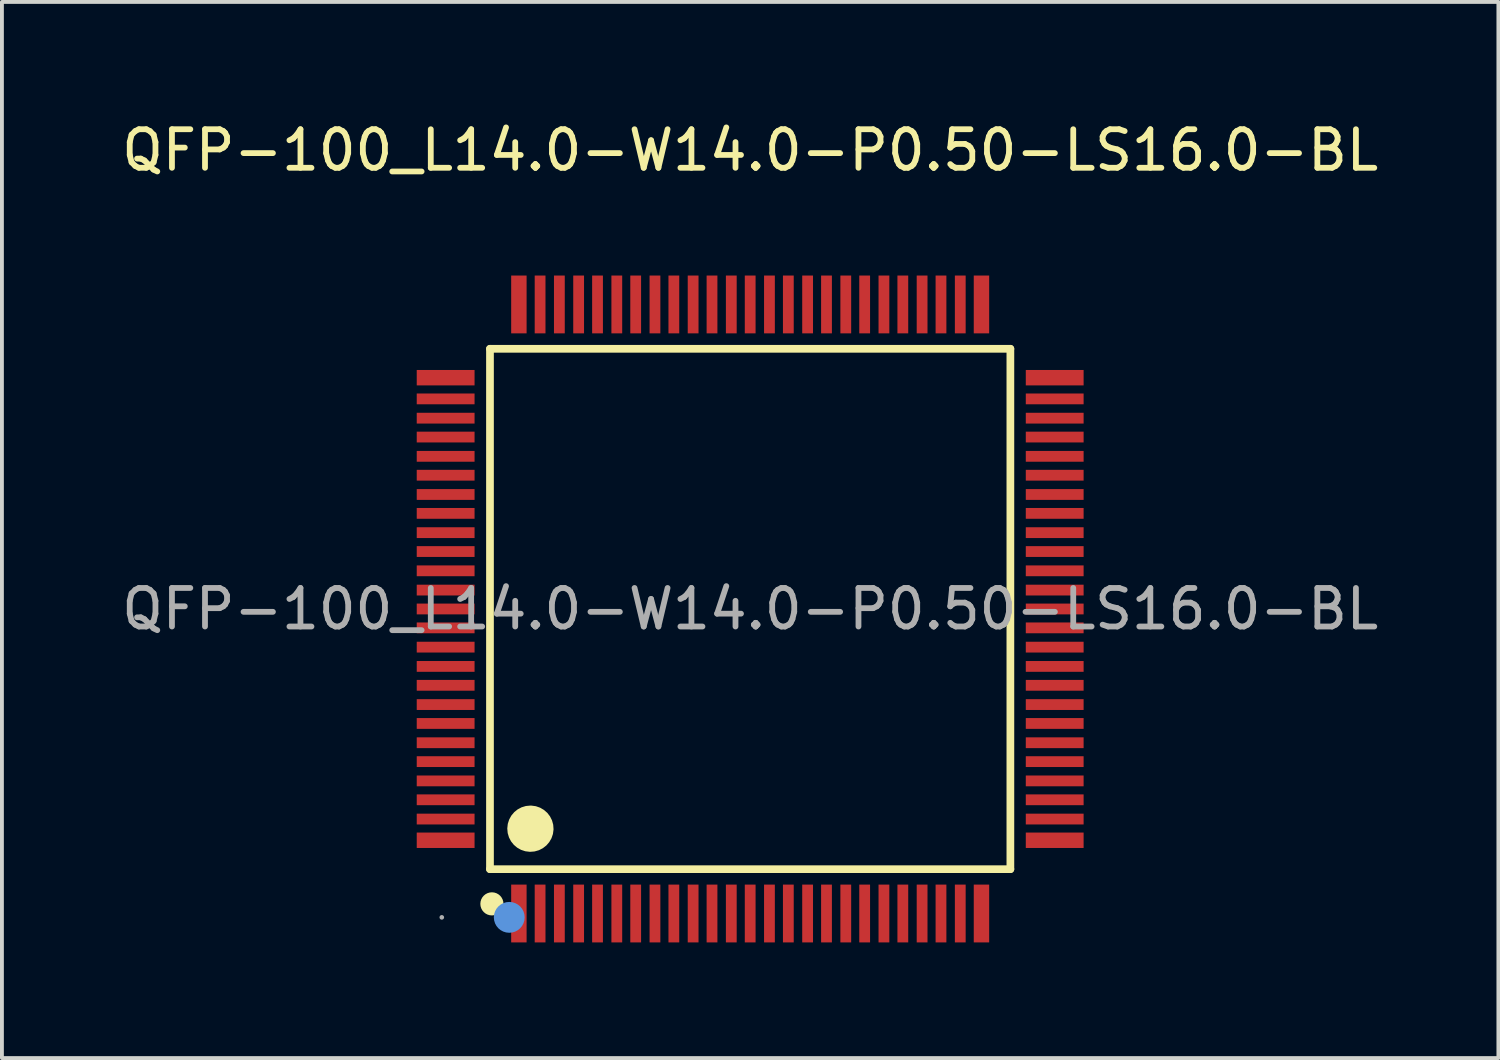
<source format=kicad_pcb>
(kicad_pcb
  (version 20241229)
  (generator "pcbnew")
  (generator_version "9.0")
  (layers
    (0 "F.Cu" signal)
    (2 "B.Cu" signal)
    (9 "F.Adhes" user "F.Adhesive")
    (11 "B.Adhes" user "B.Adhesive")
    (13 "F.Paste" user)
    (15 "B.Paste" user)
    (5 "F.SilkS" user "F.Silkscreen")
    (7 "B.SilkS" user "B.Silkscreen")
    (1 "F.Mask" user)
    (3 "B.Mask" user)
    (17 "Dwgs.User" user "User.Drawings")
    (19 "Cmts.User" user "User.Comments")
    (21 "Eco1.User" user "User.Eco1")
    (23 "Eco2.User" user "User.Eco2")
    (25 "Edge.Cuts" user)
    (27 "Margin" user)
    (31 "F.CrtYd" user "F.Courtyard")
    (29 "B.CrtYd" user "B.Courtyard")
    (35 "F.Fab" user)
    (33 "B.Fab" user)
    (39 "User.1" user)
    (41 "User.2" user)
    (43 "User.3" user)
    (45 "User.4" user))
  (footprint "QFP-100_L14.0-W14.0-P0.50-LS16.0-BL"
    (layer "F.Cu")
    (at 16.411 12.748)
    (property "Reference" "QFP-100_L14.0-W14.0-P0.50-LS16.0-BL" (at 0 -11.9 0) (layer "F.SilkS") (effects (font (size 1 1) (thickness 0.15))))
    (attr through_hole)
    (fp_line (start -6.75 -6.75) (end -6.75 6.75) (stroke (width 0.2) (type solid)) (layer "F.SilkS"))
    (fp_line (start -6.75 6.75) (end 6.75 6.75) (stroke (width 0.2) (type solid)) (layer "F.SilkS"))
    (fp_line (start 6.75 -6.75) (end -6.75 -6.75) (stroke (width 0.2) (type solid)) (layer "F.SilkS"))
    (fp_line (start 6.75 6.75) (end 6.75 -6.75) (stroke (width 0.2) (type solid)) (layer "F.SilkS"))
    (fp_arc (start -6.7 7.65) (mid -6.7 7.65) (end -6.7 7.65) (stroke (width 0.3) (type solid)) (layer "F.SilkS"))
    (fp_arc (start -5.69 5.4) (mid -5.704999 6.000125) (end -5.700004 5.399833) (stroke (width 0.6) (type solid)) (layer "F.SilkS"))
    (fp_circle (center -6.25 8) (end -6.05 8) (stroke (width 0.4) (type solid)) (fill no) (layer "Cmts.User"))
    (fp_circle (center -8 8) (end -7.97 8) (stroke (width 0.06) (type solid)) (fill no) (layer "F.Fab"))
    (fp_text user "${REFERENCE}" (at 0 0 0) (layer "F.Fab") (effects (font (size 1 1) (thickness 0.15))))
    (pad "1" smd rect (at -6 7.9 180) (size 0.4 1.5) (layers "F.Cu" "F.Mask" "F.Paste"))
    (pad "2" smd rect (at -5.45 7.9 180) (size 0.28 1.5) (layers "F.Cu" "F.Mask" "F.Paste"))
    (pad "3" smd rect (at -4.95 7.9 180) (size 0.28 1.5) (layers "F.Cu" "F.Mask" "F.Paste"))
    (pad "4" smd rect (at -4.45 7.9 180) (size 0.28 1.5) (layers "F.Cu" "F.Mask" "F.Paste"))
    (pad "5" smd rect (at -3.96 7.9 180) (size 0.28 1.5) (layers "F.Cu" "F.Mask" "F.Paste"))
    (pad "6" smd rect (at -3.46 7.9 180) (size 0.28 1.5) (layers "F.Cu" "F.Mask" "F.Paste"))
    (pad "7" smd rect (at -2.97 7.9 180) (size 0.28 1.5) (layers "F.Cu" "F.Mask" "F.Paste"))
    (pad "8" smd rect (at -2.47 7.9 180) (size 0.28 1.5) (layers "F.Cu" "F.Mask" "F.Paste"))
    (pad "9" smd rect (at -1.98 7.9 180) (size 0.28 1.5) (layers "F.Cu" "F.Mask" "F.Paste"))
    (pad "10" smd rect (at -1.48 7.9 180) (size 0.28 1.5) (layers "F.Cu" "F.Mask" "F.Paste"))
    (pad "11" smd rect (at -0.99 7.9 180) (size 0.28 1.5) (layers "F.Cu" "F.Mask" "F.Paste"))
    (pad "12" smd rect (at -0.49 7.9 180) (size 0.28 1.5) (layers "F.Cu" "F.Mask" "F.Paste"))
    (pad "13" smd rect (at 0 7.9 180) (size 0.28 1.5) (layers "F.Cu" "F.Mask" "F.Paste"))
    (pad "14" smd rect (at 0.5 7.9 180) (size 0.28 1.5) (layers "F.Cu" "F.Mask" "F.Paste"))
    (pad "15" smd rect (at 0.99 7.9 180) (size 0.28 1.5) (layers "F.Cu" "F.Mask" "F.Paste"))
    (pad "16" smd rect (at 1.49 7.9 180) (size 0.28 1.5) (layers "F.Cu" "F.Mask" "F.Paste"))
    (pad "17" smd rect (at 1.98 7.9 180) (size 0.28 1.5) (layers "F.Cu" "F.Mask" "F.Paste"))
    (pad "18" smd rect (at 2.48 7.9 180) (size 0.28 1.5) (layers "F.Cu" "F.Mask" "F.Paste"))
    (pad "19" smd rect (at 2.97 7.9 180) (size 0.28 1.5) (layers "F.Cu" "F.Mask" "F.Paste"))
    (pad "20" smd rect (at 3.47 7.9 180) (size 0.28 1.5) (layers "F.Cu" "F.Mask" "F.Paste"))
    (pad "21" smd rect (at 3.96 7.9 180) (size 0.28 1.5) (layers "F.Cu" "F.Mask" "F.Paste"))
    (pad "22" smd rect (at 4.46 7.9 180) (size 0.28 1.5) (layers "F.Cu" "F.Mask" "F.Paste"))
    (pad "23" smd rect (at 4.95 7.9 180) (size 0.28 1.5) (layers "F.Cu" "F.Mask" "F.Paste"))
    (pad "24" smd rect (at 5.45 7.9 180) (size 0.28 1.5) (layers "F.Cu" "F.Mask" "F.Paste"))
    (pad "25" smd rect (at 6 7.9 180) (size 0.4 1.5) (layers "F.Cu" "F.Mask" "F.Paste"))
    (pad "26" smd rect (at 7.9 6 90) (size 0.4 1.5) (layers "F.Cu" "F.Mask" "F.Paste"))
    (pad "27" smd rect (at 7.9 5.45 90) (size 0.28 1.5) (layers "F.Cu" "F.Mask" "F.Paste"))
    (pad "28" smd rect (at 7.9 4.95 90) (size 0.28 1.5) (layers "F.Cu" "F.Mask" "F.Paste"))
    (pad "29" smd rect (at 7.9 4.46 90) (size 0.28 1.5) (layers "F.Cu" "F.Mask" "F.Paste"))
    (pad "30" smd rect (at 7.9 3.96 90) (size 0.28 1.5) (layers "F.Cu" "F.Mask" "F.Paste"))
    (pad "31" smd rect (at 7.9 3.47 90) (size 0.28 1.5) (layers "F.Cu" "F.Mask" "F.Paste"))
    (pad "32" smd rect (at 7.9 2.97 90) (size 0.28 1.5) (layers "F.Cu" "F.Mask" "F.Paste"))
    (pad "33" smd rect (at 7.9 2.48 90) (size 0.28 1.5) (layers "F.Cu" "F.Mask" "F.Paste"))
    (pad "34" smd rect (at 7.9 1.98 90) (size 0.28 1.5) (layers "F.Cu" "F.Mask" "F.Paste"))
    (pad "35" smd rect (at 7.9 1.49 90) (size 0.28 1.5) (layers "F.Cu" "F.Mask" "F.Paste"))
    (pad "36" smd rect (at 7.9 0.99 90) (size 0.28 1.5) (layers "F.Cu" "F.Mask" "F.Paste"))
    (pad "37" smd rect (at 7.9 0.49 90) (size 0.28 1.5) (layers "F.Cu" "F.Mask" "F.Paste"))
    (pad "38" smd rect (at 7.9 0 90) (size 0.28 1.5) (layers "F.Cu" "F.Mask" "F.Paste"))
    (pad "39" smd rect (at 7.9 -0.49 90) (size 0.28 1.5) (layers "F.Cu" "F.Mask" "F.Paste"))
    (pad "40" smd rect (at 7.9 -0.99 90) (size 0.28 1.5) (layers "F.Cu" "F.Mask" "F.Paste"))
    (pad "41" smd rect (at 7.9 -1.49 90) (size 0.28 1.5) (layers "F.Cu" "F.Mask" "F.Paste"))
    (pad "42" smd rect (at 7.9 -1.98 90) (size 0.28 1.5) (layers "F.Cu" "F.Mask" "F.Paste"))
    (pad "43" smd rect (at 7.9 -2.48 90) (size 0.28 1.5) (layers "F.Cu" "F.Mask" "F.Paste"))
    (pad "44" smd rect (at 7.9 -2.97 90) (size 0.28 1.5) (layers "F.Cu" "F.Mask" "F.Paste"))
    (pad "45" smd rect (at 7.9 -3.47 90) (size 0.28 1.5) (layers "F.Cu" "F.Mask" "F.Paste"))
    (pad "46" smd rect (at 7.9 -3.96 90) (size 0.28 1.5) (layers "F.Cu" "F.Mask" "F.Paste"))
    (pad "47" smd rect (at 7.9 -4.46 90) (size 0.28 1.5) (layers "F.Cu" "F.Mask" "F.Paste"))
    (pad "48" smd rect (at 7.9 -4.95 90) (size 0.28 1.5) (layers "F.Cu" "F.Mask" "F.Paste"))
    (pad "49" smd rect (at 7.9 -5.45 90) (size 0.28 1.5) (layers "F.Cu" "F.Mask" "F.Paste"))
    (pad "50" smd rect (at 7.9 -6 90) (size 0.4 1.5) (layers "F.Cu" "F.Mask" "F.Paste"))
    (pad "51" smd rect (at 6 -7.9 180) (size 0.4 1.5) (layers "F.Cu" "F.Mask" "F.Paste"))
    (pad "52" smd rect (at 5.45 -7.9 180) (size 0.28 1.5) (layers "F.Cu" "F.Mask" "F.Paste"))
    (pad "53" smd rect (at 4.95 -7.9 180) (size 0.28 1.5) (layers "F.Cu" "F.Mask" "F.Paste"))
    (pad "54" smd rect (at 4.46 -7.9 180) (size 0.28 1.5) (layers "F.Cu" "F.Mask" "F.Paste"))
    (pad "55" smd rect (at 3.96 -7.9 180) (size 0.28 1.5) (layers "F.Cu" "F.Mask" "F.Paste"))
    (pad "56" smd rect (at 3.47 -7.9 180) (size 0.28 1.5) (layers "F.Cu" "F.Mask" "F.Paste"))
    (pad "57" smd rect (at 2.97 -7.9 180) (size 0.28 1.5) (layers "F.Cu" "F.Mask" "F.Paste"))
    (pad "58" smd rect (at 2.48 -7.9 180) (size 0.28 1.5) (layers "F.Cu" "F.Mask" "F.Paste"))
    (pad "59" smd rect (at 1.98 -7.9 180) (size 0.28 1.5) (layers "F.Cu" "F.Mask" "F.Paste"))
    (pad "60" smd rect (at 1.49 -7.9 180) (size 0.28 1.5) (layers "F.Cu" "F.Mask" "F.Paste"))
    (pad "61" smd rect (at 0.99 -7.9 180) (size 0.28 1.5) (layers "F.Cu" "F.Mask" "F.Paste"))
    (pad "62" smd rect (at 0.5 -7.9 180) (size 0.28 1.5) (layers "F.Cu" "F.Mask" "F.Paste"))
    (pad "63" smd rect (at 0 -7.9 180) (size 0.28 1.5) (layers "F.Cu" "F.Mask" "F.Paste"))
    (pad "64" smd rect (at -0.49 -7.9 180) (size 0.28 1.5) (layers "F.Cu" "F.Mask" "F.Paste"))
    (pad "65" smd rect (at -0.99 -7.9 180) (size 0.28 1.5) (layers "F.Cu" "F.Mask" "F.Paste"))
    (pad "66" smd rect (at -1.48 -7.9 180) (size 0.28 1.5) (layers "F.Cu" "F.Mask" "F.Paste"))
    (pad "67" smd rect (at -1.98 -7.9 180) (size 0.28 1.5) (layers "F.Cu" "F.Mask" "F.Paste"))
    (pad "68" smd rect (at -2.47 -7.9 180) (size 0.28 1.5) (layers "F.Cu" "F.Mask" "F.Paste"))
    (pad "69" smd rect (at -2.97 -7.9 180) (size 0.28 1.5) (layers "F.Cu" "F.Mask" "F.Paste"))
    (pad "70" smd rect (at -3.46 -7.9 180) (size 0.28 1.5) (layers "F.Cu" "F.Mask" "F.Paste"))
    (pad "71" smd rect (at -3.96 -7.9 180) (size 0.28 1.5) (layers "F.Cu" "F.Mask" "F.Paste"))
    (pad "72" smd rect (at -4.45 -7.9 180) (size 0.28 1.5) (layers "F.Cu" "F.Mask" "F.Paste"))
    (pad "73" smd rect (at -4.95 -7.9 180) (size 0.28 1.5) (layers "F.Cu" "F.Mask" "F.Paste"))
    (pad "74" smd rect (at -5.45 -7.9 180) (size 0.28 1.5) (layers "F.Cu" "F.Mask" "F.Paste"))
    (pad "75" smd rect (at -6 -7.9 180) (size 0.4 1.5) (layers "F.Cu" "F.Mask" "F.Paste"))
    (pad "76" smd rect (at -7.9 -6 90) (size 0.4 1.5) (layers "F.Cu" "F.Mask" "F.Paste"))
    (pad "77" smd rect (at -7.9 -5.45 90) (size 0.28 1.5) (layers "F.Cu" "F.Mask" "F.Paste"))
    (pad "78" smd rect (at -7.9 -4.95 90) (size 0.28 1.5) (layers "F.Cu" "F.Mask" "F.Paste"))
    (pad "79" smd rect (at -7.9 -4.46 90) (size 0.28 1.5) (layers "F.Cu" "F.Mask" "F.Paste"))
    (pad "80" smd rect (at -7.9 -3.96 90) (size 0.28 1.5) (layers "F.Cu" "F.Mask" "F.Paste"))
    (pad "81" smd rect (at -7.9 -3.47 90) (size 0.28 1.5) (layers "F.Cu" "F.Mask" "F.Paste"))
    (pad "82" smd rect (at -7.9 -2.97 90) (size 0.28 1.5) (layers "F.Cu" "F.Mask" "F.Paste"))
    (pad "83" smd rect (at -7.9 -2.48 90) (size 0.28 1.5) (layers "F.Cu" "F.Mask" "F.Paste"))
    (pad "84" smd rect (at -7.9 -1.98 90) (size 0.28 1.5) (layers "F.Cu" "F.Mask" "F.Paste"))
    (pad "85" smd rect (at -7.9 -1.49 90) (size 0.28 1.5) (layers "F.Cu" "F.Mask" "F.Paste"))
    (pad "86" smd rect (at -7.9 -0.99 90) (size 0.28 1.5) (layers "F.Cu" "F.Mask" "F.Paste"))
    (pad "87" smd rect (at -7.9 -0.49 90) (size 0.28 1.5) (layers "F.Cu" "F.Mask" "F.Paste"))
    (pad "88" smd rect (at -7.9 0 90) (size 0.28 1.5) (layers "F.Cu" "F.Mask" "F.Paste"))
    (pad "89" smd rect (at -7.9 0.49 90) (size 0.28 1.5) (layers "F.Cu" "F.Mask" "F.Paste"))
    (pad "90" smd rect (at -7.9 0.99 90) (size 0.28 1.5) (layers "F.Cu" "F.Mask" "F.Paste"))
    (pad "91" smd rect (at -7.9 1.49 90) (size 0.28 1.5) (layers "F.Cu" "F.Mask" "F.Paste"))
    (pad "92" smd rect (at -7.9 1.98 90) (size 0.28 1.5) (layers "F.Cu" "F.Mask" "F.Paste"))
    (pad "93" smd rect (at -7.9 2.48 90) (size 0.28 1.5) (layers "F.Cu" "F.Mask" "F.Paste"))
    (pad "94" smd rect (at -7.9 2.97 90) (size 0.28 1.5) (layers "F.Cu" "F.Mask" "F.Paste"))
    (pad "95" smd rect (at -7.9 3.47 90) (size 0.28 1.5) (layers "F.Cu" "F.Mask" "F.Paste"))
    (pad "96" smd rect (at -7.9 3.96 90) (size 0.28 1.5) (layers "F.Cu" "F.Mask" "F.Paste"))
    (pad "97" smd rect (at -7.9 4.46 90) (size 0.28 1.5) (layers "F.Cu" "F.Mask" "F.Paste"))
    (pad "98" smd rect (at -7.9 4.95 90) (size 0.28 1.5) (layers "F.Cu" "F.Mask" "F.Paste"))
    (pad "99" smd rect (at -7.9 5.45 90) (size 0.28 1.5) (layers "F.Cu" "F.Mask" "F.Paste"))
    (pad "100" smd rect (at -7.9 6 90) (size 0.4 1.5) (layers "F.Cu" "F.Mask" "F.Paste")))
  (gr_rect
    (start -3 -3)
    (end 35.821 24.398)
    (stroke (width 0.1) (type default))
    (fill no)
    (layer "Edge.Cuts")))
</source>
